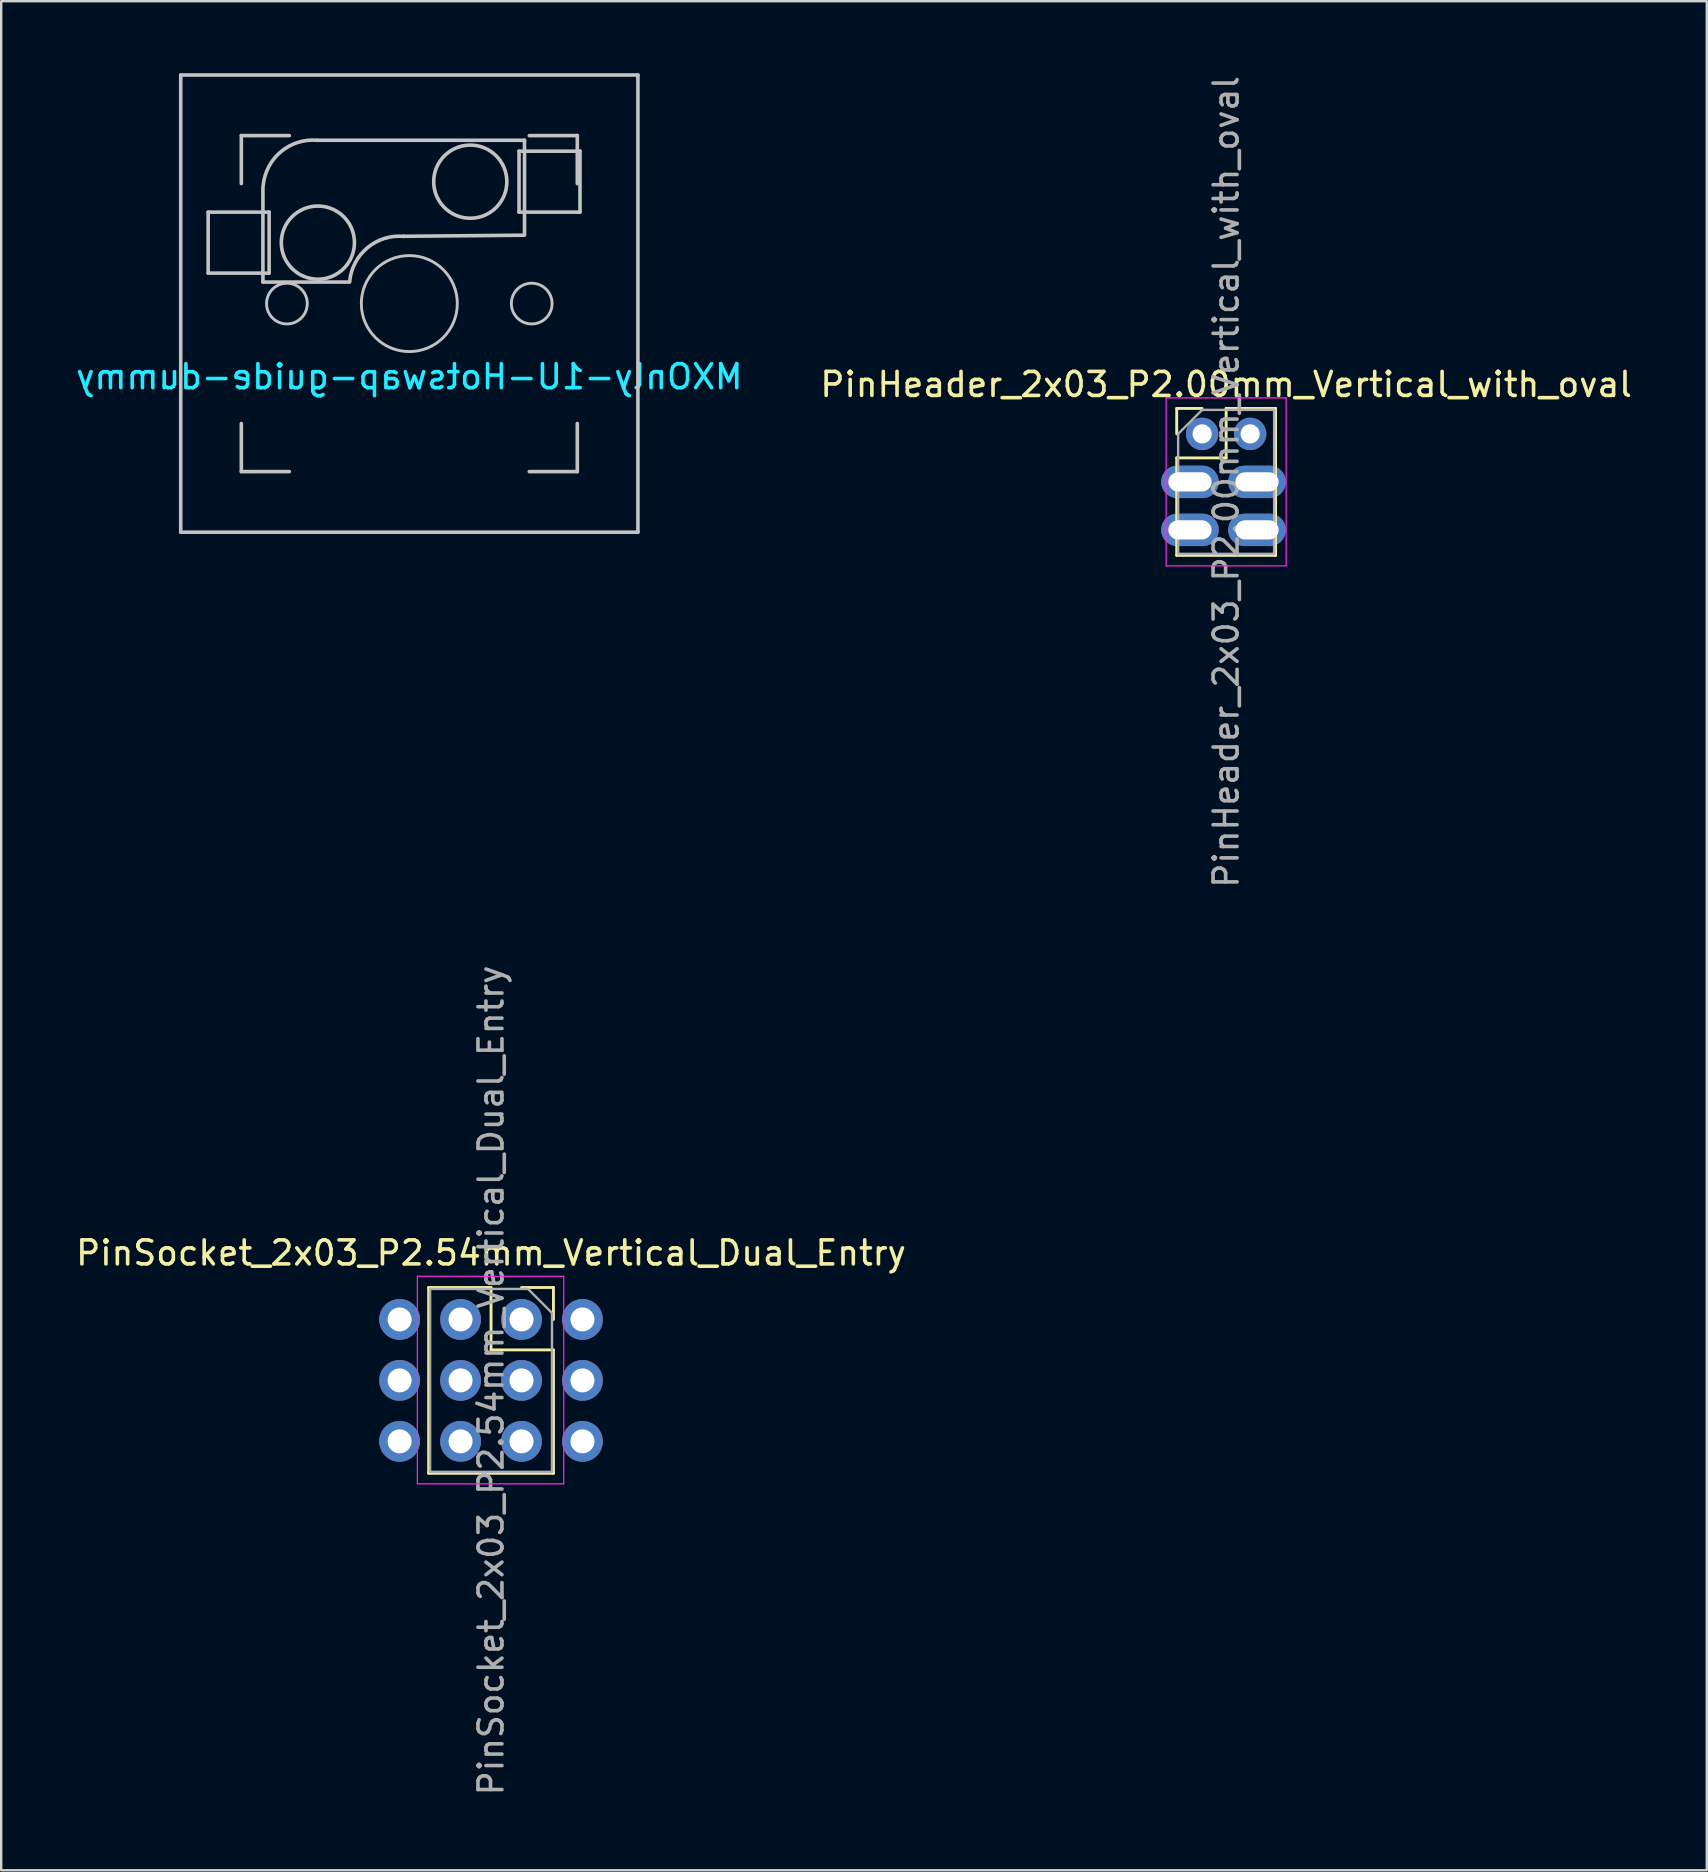
<source format=kicad_pcb>
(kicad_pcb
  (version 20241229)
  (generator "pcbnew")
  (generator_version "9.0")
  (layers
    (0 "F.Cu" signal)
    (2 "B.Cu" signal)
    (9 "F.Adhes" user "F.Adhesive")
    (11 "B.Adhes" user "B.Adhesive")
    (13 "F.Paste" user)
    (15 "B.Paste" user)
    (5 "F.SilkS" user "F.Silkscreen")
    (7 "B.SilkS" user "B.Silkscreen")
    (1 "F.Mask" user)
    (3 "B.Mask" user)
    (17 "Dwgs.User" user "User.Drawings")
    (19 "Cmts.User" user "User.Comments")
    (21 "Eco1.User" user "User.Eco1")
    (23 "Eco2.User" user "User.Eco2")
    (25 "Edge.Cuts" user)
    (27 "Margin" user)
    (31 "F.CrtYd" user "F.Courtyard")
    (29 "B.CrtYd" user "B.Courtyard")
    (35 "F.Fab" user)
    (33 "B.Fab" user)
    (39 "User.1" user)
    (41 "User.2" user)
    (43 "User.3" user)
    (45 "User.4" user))
  (footprint "MXOnly-1U-Hotswap-guide-dummy"
    (layer "F.Cu")
    (at 14.006 9.6)
    (property "Reference" "MXOnly-1U-Hotswap-guide-dummy" (at 0 3.048 0) (layer "B.CrtYd") (effects (font (size 1 1) (thickness 0.15)) (justify mirror)))
    (attr smd)
    (fp_line (start -9.525 -9.525) (end 9.525 -9.525) (stroke (width 0.15) (type solid)) (layer "Dwgs.User"))
    (fp_line (start -9.525 9.525) (end -9.525 -9.525) (stroke (width 0.15) (type solid)) (layer "Dwgs.User"))
    (fp_line (start -8.382 -3.81) (end -8.382 -1.27) (stroke (width 0.15) (type solid)) (layer "Dwgs.User"))
    (fp_line (start -8.382 -1.27) (end -5.842 -1.27) (stroke (width 0.15) (type solid)) (layer "Dwgs.User"))
    (fp_line (start -7 -7) (end -7 -5) (stroke (width 0.15) (type solid)) (layer "Dwgs.User"))
    (fp_line (start -7 5) (end -7 7) (stroke (width 0.15) (type solid)) (layer "Dwgs.User"))
    (fp_line (start -7 7) (end -5 7) (stroke (width 0.15) (type solid)) (layer "Dwgs.User"))
    (fp_line (start -6.1 -4.85) (end -6.1 -0.905) (stroke (width 0.15) (type solid)) (layer "Dwgs.User"))
    (fp_line (start -6.1 -0.896) (end -2.49 -0.896) (stroke (width 0.15) (type solid)) (layer "Dwgs.User"))
    (fp_line (start -5.842 -3.81) (end -8.382 -3.81) (stroke (width 0.15) (type solid)) (layer "Dwgs.User"))
    (fp_line (start -5.842 -1.27) (end -5.842 -3.81) (stroke (width 0.15) (type solid)) (layer "Dwgs.User"))
    (fp_line (start -5 -7) (end -7 -7) (stroke (width 0.15) (type solid)) (layer "Dwgs.User"))
    (fp_line (start 4.572 -6.35) (end 7.112 -6.35) (stroke (width 0.15) (type solid)) (layer "Dwgs.User"))
    (fp_line (start 4.572 -3.81) (end 4.572 -6.35) (stroke (width 0.15) (type solid)) (layer "Dwgs.User"))
    (fp_line (start 4.8 -6.804) (end -3.825 -6.804) (stroke (width 0.15) (type solid)) (layer "Dwgs.User"))
    (fp_line (start 4.8 -2.896) (end 4.8 -6.804) (stroke (width 0.15) (type solid)) (layer "Dwgs.User"))
    (fp_line (start 4.8 -2.85) (end -0.25 -2.804) (stroke (width 0.15) (type solid)) (layer "Dwgs.User"))
    (fp_line (start 5 -7) (end 7 -7) (stroke (width 0.15) (type solid)) (layer "Dwgs.User"))
    (fp_line (start 5 7) (end 7 7) (stroke (width 0.15) (type solid)) (layer "Dwgs.User"))
    (fp_line (start 7 -7) (end 7 -5) (stroke (width 0.15) (type solid)) (layer "Dwgs.User"))
    (fp_line (start 7 7) (end 7 5) (stroke (width 0.15) (type solid)) (layer "Dwgs.User"))
    (fp_line (start 7.112 -6.35) (end 7.112 -3.81) (stroke (width 0.15) (type solid)) (layer "Dwgs.User"))
    (fp_line (start 7.112 -3.81) (end 4.572 -3.81) (stroke (width 0.15) (type solid)) (layer "Dwgs.User"))
    (fp_line (start 9.525 -9.525) (end 9.525 9.525) (stroke (width 0.15) (type solid)) (layer "Dwgs.User"))
    (fp_line (start 9.525 9.525) (end -9.525 9.525) (stroke (width 0.15) (type solid)) (layer "Dwgs.User"))
    (fp_arc (start -6.089 -4.92) (mid -5.347189 -6.33089) (end -3.825 -6.804) (stroke (width 0.15) (type solid)) (layer "Dwgs.User"))
    (fp_arc (start -2.485 -0.92) (mid -1.744361 -2.328061) (end -0.225 -2.8) (stroke (width 0.15) (type solid)) (layer "Dwgs.User"))
    (fp_circle (center -5.1 0) (end -4.5 0.6) (stroke (width 0.12) (type solid)) (fill no) (layer "Dwgs.User"))
    (fp_circle (center -3.81 -2.54) (end -2.286 -2.54) (stroke (width 0.15) (type solid)) (fill no) (layer "Dwgs.User"))
    (fp_circle (center 0 0) (end 2 0) (stroke (width 0.12) (type solid)) (fill no) (layer "Dwgs.User"))
    (fp_circle (center 2.54 -5.08) (end 4.064 -5.08) (stroke (width 0.15) (type solid)) (fill no) (layer "Dwgs.User"))
    (fp_circle (center 5.1 0) (end 5.7 0.6) (stroke (width 0.12) (type solid)) (fill no) (layer "Dwgs.User")))
  (footprint "PinSocket_2x03_P2.54mm_Vertical_Dual_Entry"
    (layer "F.Cu")
    (at 18.681 51.93)
    (property "Reference" "PinSocket_2x03_P2.54mm_Vertical_Dual_Entry" (at -1.27 -2.77 0) (layer "F.SilkS") (effects (font (size 1 1) (thickness 0.15))))
    (attr through_hole)
    (fp_line (start -3.87 -1.33) (end -3.87 6.41) (stroke (width 0.12) (type solid)) (layer "F.SilkS"))
    (fp_line (start -3.87 -1.33) (end -1.27 -1.33) (stroke (width 0.12) (type solid)) (layer "F.SilkS"))
    (fp_line (start -3.87 6.41) (end 1.33 6.41) (stroke (width 0.12) (type solid)) (layer "F.SilkS"))
    (fp_line (start -1.27 -1.33) (end -1.27 1.27) (stroke (width 0.12) (type solid)) (layer "F.SilkS"))
    (fp_line (start -1.27 1.27) (end 1.33 1.27) (stroke (width 0.12) (type solid)) (layer "F.SilkS"))
    (fp_line (start 0 -1.33) (end 1.33 -1.33) (stroke (width 0.12) (type solid)) (layer "F.SilkS"))
    (fp_line (start 1.33 -1.33) (end 1.33 0) (stroke (width 0.12) (type solid)) (layer "F.SilkS"))
    (fp_line (start 1.33 1.27) (end 1.33 6.41) (stroke (width 0.12) (type solid)) (layer "F.SilkS"))
    (fp_line (start -4.34 -1.8) (end 1.76 -1.8) (stroke (width 0.05) (type solid)) (layer "F.CrtYd"))
    (fp_line (start -4.34 6.85) (end -4.34 -1.8) (stroke (width 0.05) (type solid)) (layer "F.CrtYd"))
    (fp_line (start 1.76 -1.8) (end 1.76 6.85) (stroke (width 0.05) (type solid)) (layer "F.CrtYd"))
    (fp_line (start 1.76 6.85) (end -4.34 6.85) (stroke (width 0.05) (type solid)) (layer "F.CrtYd"))
    (fp_line (start -3.81 -1.27) (end 0.27 -1.27) (stroke (width 0.1) (type solid)) (layer "F.Fab"))
    (fp_line (start -3.81 6.35) (end -3.81 -1.27) (stroke (width 0.1) (type solid)) (layer "F.Fab"))
    (fp_line (start 0.27 -1.27) (end 1.27 -0.27) (stroke (width 0.1) (type solid)) (layer "F.Fab"))
    (fp_line (start 1.27 -0.27) (end 1.27 6.35) (stroke (width 0.1) (type solid)) (layer "F.Fab"))
    (fp_line (start 1.27 6.35) (end -3.81 6.35) (stroke (width 0.1) (type solid)) (layer "F.Fab"))
    (fp_text user "${REFERENCE}" (at -1.27 2.54 90) (layer "F.Fab") (effects (font (size 1 1) (thickness 0.15))))
    (pad "1" thru_hole oval (at 0 0) (size 1.7 1.7) (drill 1) (layers "*.Cu" "*.Mask"))
    (pad "1" thru_hole oval (at 2.54 0) (size 1.7 1.7) (drill 1) (layers "*.Cu" "*.Mask"))
    (pad "2" thru_hole oval (at -5.08 0) (size 1.7 1.7) (drill 1) (layers "*.Cu" "*.Mask"))
    (pad "2" thru_hole oval (at -2.54 0) (size 1.7 1.7) (drill 1) (layers "*.Cu" "*.Mask"))
    (pad "3" thru_hole oval (at 0 2.54) (size 1.7 1.7) (drill 1) (layers "*.Cu" "*.Mask"))
    (pad "3" thru_hole oval (at 2.54 2.54) (size 1.7 1.7) (drill 1) (layers "*.Cu" "*.Mask"))
    (pad "4" thru_hole oval (at -5.08 2.54) (size 1.7 1.7) (drill 1) (layers "*.Cu" "*.Mask"))
    (pad "4" thru_hole oval (at -2.54 2.54) (size 1.7 1.7) (drill 1) (layers "*.Cu" "*.Mask"))
    (pad "5" thru_hole oval (at 0 5.08) (size 1.7 1.7) (drill 1) (layers "*.Cu" "*.Mask"))
    (pad "5" thru_hole oval (at 2.54 5.08) (size 1.7 1.7) (drill 1) (layers "*.Cu" "*.Mask"))
    (pad "6" thru_hole oval (at -5.08 5.08) (size 1.7 1.7) (drill 1) (layers "*.Cu" "*.Mask"))
    (pad "6" thru_hole oval (at -2.54 5.08) (size 1.7 1.7) (drill 1) (layers "*.Cu" "*.Mask")))
  (footprint "PinHeader_2x03_P2.00mm_Vertical_with_oval"
    (layer "F.Cu")
    (at 47.042 15.03)
    (property "Reference" "PinHeader_2x03_P2.00mm_Vertical_with_oval" (at 1 -2.06 0) (layer "F.SilkS") (effects (font (size 1 1) (thickness 0.15))))
    (attr through_hole)
    (fp_line (start -1.06 -1.06) (end 0 -1.06) (stroke (width 0.12) (type solid)) (layer "F.SilkS"))
    (fp_line (start -1.06 0) (end -1.06 -1.06) (stroke (width 0.12) (type solid)) (layer "F.SilkS"))
    (fp_line (start -1.06 1) (end -1.06 5.06) (stroke (width 0.12) (type solid)) (layer "F.SilkS"))
    (fp_line (start -1.06 1) (end 1 1) (stroke (width 0.12) (type solid)) (layer "F.SilkS"))
    (fp_line (start -1.06 5.06) (end 3.06 5.06) (stroke (width 0.12) (type solid)) (layer "F.SilkS"))
    (fp_line (start 1 -1.06) (end 3.06 -1.06) (stroke (width 0.12) (type solid)) (layer "F.SilkS"))
    (fp_line (start 1 1) (end 1 -1.06) (stroke (width 0.12) (type solid)) (layer "F.SilkS"))
    (fp_line (start 3.06 -1.06) (end 3.06 5.06) (stroke (width 0.12) (type solid)) (layer "F.SilkS"))
    (fp_line (start -1.5 -1.5) (end -1.5 5.5) (stroke (width 0.05) (type solid)) (layer "F.CrtYd"))
    (fp_line (start -1.5 5.5) (end 3.5 5.5) (stroke (width 0.05) (type solid)) (layer "F.CrtYd"))
    (fp_line (start 3.5 -1.5) (end -1.5 -1.5) (stroke (width 0.05) (type solid)) (layer "F.CrtYd"))
    (fp_line (start 3.5 5.5) (end 3.5 -1.5) (stroke (width 0.05) (type solid)) (layer "F.CrtYd"))
    (fp_line (start -1 0) (end 0 -1) (stroke (width 0.1) (type solid)) (layer "F.Fab"))
    (fp_line (start -1 5) (end -1 0) (stroke (width 0.1) (type solid)) (layer "F.Fab"))
    (fp_line (start 0 -1) (end 3 -1) (stroke (width 0.1) (type solid)) (layer "F.Fab"))
    (fp_line (start 3 -1) (end 3 5) (stroke (width 0.1) (type solid)) (layer "F.Fab"))
    (fp_line (start 3 5) (end -1 5) (stroke (width 0.1) (type solid)) (layer "F.Fab"))
    (fp_text user "${REFERENCE}" (at 1 2 90) (layer "F.Fab") (effects (font (size 1 1) (thickness 0.15))))
    (pad "1" thru_hole oval (at 0 0) (size 1.35 1.35) (drill 0.8) (layers "*.Cu" "*.Mask"))
    (pad "2" thru_hole oval (at 2 0) (size 1.35 1.35) (drill 0.8) (layers "*.Cu" "*.Mask"))
    (pad "3" thru_hole oval (at -0.508 2) (size 2.4 1.35) (drill oval 1.8 0.8) (layers "*.Cu" "*.Mask"))
    (pad "4" thru_hole oval (at 2.286 2) (size 2.4 1.35) (drill oval 1.8 0.8) (layers "*.Cu" "*.Mask"))
    (pad "5" thru_hole oval (at -0.508 4) (size 2.4 1.35) (drill oval 1.8 0.8) (layers "*.Cu" "*.Mask"))
    (pad "6" thru_hole oval (at 2.286 4) (size 2.4 1.35) (drill oval 1.8 0.8) (layers "*.Cu" "*.Mask")))
  (gr_rect
    (start -3 -3)
    (end 68.071 74.881)
    (stroke (width 0.1) (type default))
    (fill no)
    (layer "Edge.Cuts")))
</source>
